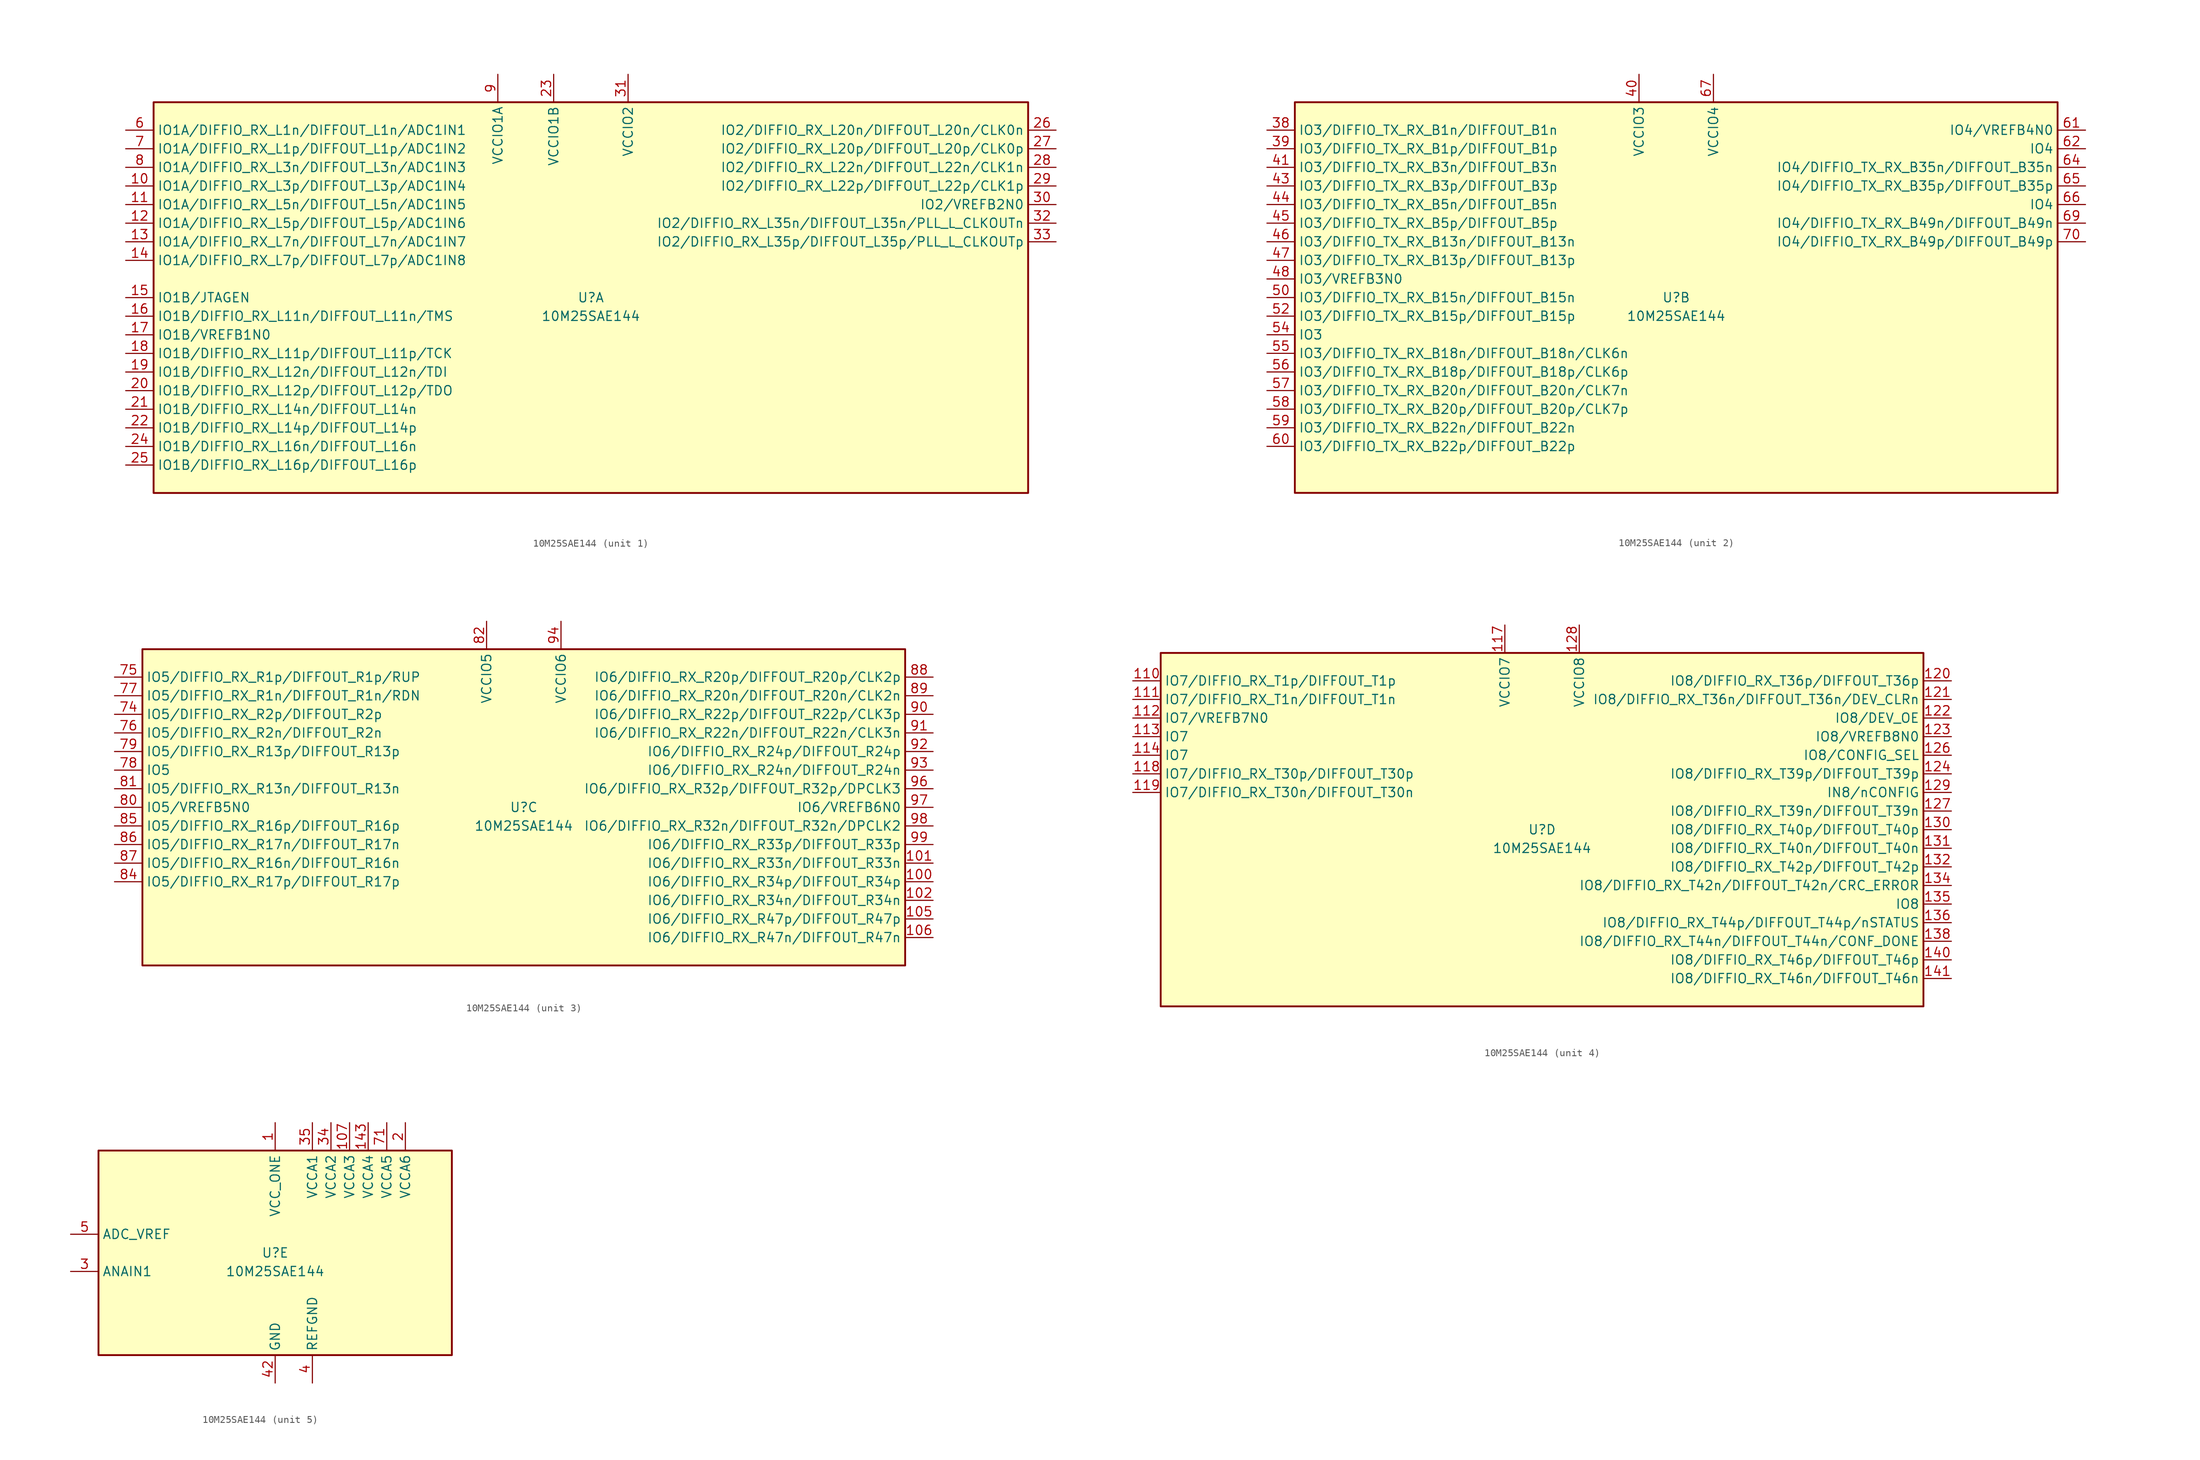
<source format=kicad_sym>
(kicad_symbol_lib
  (version 20220914)
  (generator kicad_symbol_editor)
  (symbol "10M25SAE144"
    (property "Reference" "U"
      (at 0 0 0)
      (effects (font (size 1.27 1.27))))
    (property "Value" "10M25SAE144"
      (at 0 -2.54 0)
      (effects (font (size 1.27 1.27))))
    (property "ki_locked" ""
      (at 0 0 0)
      (effects (font (size 1.27 1.27))))
    (symbol "10M25SAE144_1_1"
      (rectangle (start -59.69 26.67) (end 59.69 -26.67) (stroke (width 0.254) (type default)) (fill (type background)))
      (pin bidirectional line (at -63.5 15.24 0) (length 3.81) (name "IO1A/DIFFIO_RX_L3p/DIFFOUT_L3p/ADC1IN4" (effects (font (size 1.27 1.27)))) (number "10" (effects (font (size 1.27 1.27)))))
      (pin bidirectional line (at -63.5 12.7 0) (length 3.81) (name "IO1A/DIFFIO_RX_L5n/DIFFOUT_L5n/ADC1IN5" (effects (font (size 1.27 1.27)))) (number "11" (effects (font (size 1.27 1.27)))))
      (pin bidirectional line (at -63.5 10.16 0) (length 3.81) (name "IO1A/DIFFIO_RX_L5p/DIFFOUT_L5p/ADC1IN6" (effects (font (size 1.27 1.27)))) (number "12" (effects (font (size 1.27 1.27)))))
      (pin bidirectional line (at -63.5 7.62 0) (length 3.81) (name "IO1A/DIFFIO_RX_L7n/DIFFOUT_L7n/ADC1IN7" (effects (font (size 1.27 1.27)))) (number "13" (effects (font (size 1.27 1.27)))))
      (pin bidirectional line (at -63.5 5.08 0) (length 3.81) (name "IO1A/DIFFIO_RX_L7p/DIFFOUT_L7p/ADC1IN8" (effects (font (size 1.27 1.27)))) (number "14" (effects (font (size 1.27 1.27)))))
      (pin bidirectional line (at -63.5 0 0) (length 3.81) (name "IO1B/JTAGEN" (effects (font (size 1.27 1.27)))) (number "15" (effects (font (size 1.27 1.27)))))
      (pin bidirectional line (at -63.5 -2.54 0) (length 3.81) (name "IO1B/DIFFIO_RX_L11n/DIFFOUT_L11n/TMS" (effects (font (size 1.27 1.27)))) (number "16" (effects (font (size 1.27 1.27)))))
      (pin bidirectional line (at -63.5 -5.08 0) (length 3.81) (name "IO1B/VREFB1N0" (effects (font (size 1.27 1.27)))) (number "17" (effects (font (size 1.27 1.27)))))
      (pin bidirectional line (at -63.5 -7.62 0) (length 3.81) (name "IO1B/DIFFIO_RX_L11p/DIFFOUT_L11p/TCK" (effects (font (size 1.27 1.27)))) (number "18" (effects (font (size 1.27 1.27)))))
      (pin bidirectional line (at -63.5 -10.16 0) (length 3.81) (name "IO1B/DIFFIO_RX_L12n/DIFFOUT_L12n/TDI" (effects (font (size 1.27 1.27)))) (number "19" (effects (font (size 1.27 1.27)))))
      (pin bidirectional line (at -63.5 -12.7 0) (length 3.81) (name "IO1B/DIFFIO_RX_L12p/DIFFOUT_L12p/TDO" (effects (font (size 1.27 1.27)))) (number "20" (effects (font (size 1.27 1.27)))))
      (pin bidirectional line (at -63.5 -15.24 0) (length 3.81) (name "IO1B/DIFFIO_RX_L14n/DIFFOUT_L14n" (effects (font (size 1.27 1.27)))) (number "21" (effects (font (size 1.27 1.27)))))
      (pin bidirectional line (at -63.5 -17.78 0) (length 3.81) (name "IO1B/DIFFIO_RX_L14p/DIFFOUT_L14p" (effects (font (size 1.27 1.27)))) (number "22" (effects (font (size 1.27 1.27)))))
      (pin power_in line (at -5.08 30.48 270) (length 3.81) (name "VCCIO1B" (effects (font (size 1.27 1.27)))) (number "23" (effects (font (size 1.27 1.27)))))
      (pin bidirectional line (at -63.5 -20.32 0) (length 3.81) (name "IO1B/DIFFIO_RX_L16n/DIFFOUT_L16n" (effects (font (size 1.27 1.27)))) (number "24" (effects (font (size 1.27 1.27)))))
      (pin bidirectional line (at -63.5 -22.86 0) (length 3.81) (name "IO1B/DIFFIO_RX_L16p/DIFFOUT_L16p" (effects (font (size 1.27 1.27)))) (number "25" (effects (font (size 1.27 1.27)))))
      (pin bidirectional line (at 63.5 22.86 180) (length 3.81) (name "IO2/DIFFIO_RX_L20n/DIFFOUT_L20n/CLK0n" (effects (font (size 1.27 1.27)))) (number "26" (effects (font (size 1.27 1.27)))))
      (pin bidirectional line (at 63.5 20.32 180) (length 3.81) (name "IO2/DIFFIO_RX_L20p/DIFFOUT_L20p/CLK0p" (effects (font (size 1.27 1.27)))) (number "27" (effects (font (size 1.27 1.27)))))
      (pin bidirectional line (at 63.5 17.78 180) (length 3.81) (name "IO2/DIFFIO_RX_L22n/DIFFOUT_L22n/CLK1n" (effects (font (size 1.27 1.27)))) (number "28" (effects (font (size 1.27 1.27)))))
      (pin bidirectional line (at 63.5 15.24 180) (length 3.81) (name "IO2/DIFFIO_RX_L22p/DIFFOUT_L22p/CLK1p" (effects (font (size 1.27 1.27)))) (number "29" (effects (font (size 1.27 1.27)))))
      (pin bidirectional line (at 63.5 12.7 180) (length 3.81) (name "IO2/VREFB2N0" (effects (font (size 1.27 1.27)))) (number "30" (effects (font (size 1.27 1.27)))))
      (pin power_in line (at 5.08 30.48 270) (length 3.81) (name "VCCIO2" (effects (font (size 1.27 1.27)))) (number "31" (effects (font (size 1.27 1.27)))))
      (pin bidirectional line (at 63.5 10.16 180) (length 3.81) (name "IO2/DIFFIO_RX_L35n/DIFFOUT_L35n/PLL_L_CLKOUTn" (effects (font (size 1.27 1.27)))) (number "32" (effects (font (size 1.27 1.27)))))
      (pin bidirectional line (at 63.5 7.62 180) (length 3.81) (name "IO2/DIFFIO_RX_L35p/DIFFOUT_L35p/PLL_L_CLKOUTp" (effects (font (size 1.27 1.27)))) (number "33" (effects (font (size 1.27 1.27)))))
      (pin bidirectional line (at -63.5 22.86 0) (length 3.81) (name "IO1A/DIFFIO_RX_L1n/DIFFOUT_L1n/ADC1IN1" (effects (font (size 1.27 1.27)))) (number "6" (effects (font (size 1.27 1.27)))))
      (pin bidirectional line (at -63.5 20.32 0) (length 3.81) (name "IO1A/DIFFIO_RX_L1p/DIFFOUT_L1p/ADC1IN2" (effects (font (size 1.27 1.27)))) (number "7" (effects (font (size 1.27 1.27)))))
      (pin bidirectional line (at -63.5 17.78 0) (length 3.81) (name "IO1A/DIFFIO_RX_L3n/DIFFOUT_L3n/ADC1IN3" (effects (font (size 1.27 1.27)))) (number "8" (effects (font (size 1.27 1.27)))))
      (pin power_in line (at -12.7 30.48 270) (length 3.81) (name "VCCIO1A" (effects (font (size 1.27 1.27)))) (number "9" (effects (font (size 1.27 1.27))))))
    (symbol "10M25SAE144_2_1"
      (rectangle (start -52.07 26.67) (end 52.07 -26.67) (stroke (width 0.254) (type default)) (fill (type background)))
      (pin bidirectional line (at -55.88 22.86 0) (length 3.81) (name "IO3/DIFFIO_TX_RX_B1n/DIFFOUT_B1n" (effects (font (size 1.27 1.27)))) (number "38" (effects (font (size 1.27 1.27)))))
      (pin bidirectional line (at -55.88 20.32 0) (length 3.81) (name "IO3/DIFFIO_TX_RX_B1p/DIFFOUT_B1p" (effects (font (size 1.27 1.27)))) (number "39" (effects (font (size 1.27 1.27)))))
      (pin power_in line (at -5.08 30.48 270) (length 3.81) (name "VCCIO3" (effects (font (size 1.27 1.27)))) (number "40" (effects (font (size 1.27 1.27)))))
      (pin bidirectional line (at -55.88 17.78 0) (length 3.81) (name "IO3/DIFFIO_TX_RX_B3n/DIFFOUT_B3n" (effects (font (size 1.27 1.27)))) (number "41" (effects (font (size 1.27 1.27)))))
      (pin bidirectional line (at -55.88 15.24 0) (length 3.81) (name "IO3/DIFFIO_TX_RX_B3p/DIFFOUT_B3p" (effects (font (size 1.27 1.27)))) (number "43" (effects (font (size 1.27 1.27)))))
      (pin bidirectional line (at -55.88 12.7 0) (length 3.81) (name "IO3/DIFFIO_TX_RX_B5n/DIFFOUT_B5n" (effects (font (size 1.27 1.27)))) (number "44" (effects (font (size 1.27 1.27)))))
      (pin bidirectional line (at -55.88 10.16 0) (length 3.81) (name "IO3/DIFFIO_TX_RX_B5p/DIFFOUT_B5p" (effects (font (size 1.27 1.27)))) (number "45" (effects (font (size 1.27 1.27)))))
      (pin bidirectional line (at -55.88 7.62 0) (length 3.81) (name "IO3/DIFFIO_TX_RX_B13n/DIFFOUT_B13n" (effects (font (size 1.27 1.27)))) (number "46" (effects (font (size 1.27 1.27)))))
      (pin bidirectional line (at -55.88 5.08 0) (length 3.81) (name "IO3/DIFFIO_TX_RX_B13p/DIFFOUT_B13p" (effects (font (size 1.27 1.27)))) (number "47" (effects (font (size 1.27 1.27)))))
      (pin bidirectional line (at -55.88 2.54 0) (length 3.81) (name "IO3/VREFB3N0" (effects (font (size 1.27 1.27)))) (number "48" (effects (font (size 1.27 1.27)))))
      (pin passive line (at -5.08 30.48 270) (length 3.81) hide (name "VCCIO3" (effects (font (size 1.27 1.27)))) (number "49" (effects (font (size 1.27 1.27)))))
      (pin bidirectional line (at -55.88 0 0) (length 3.81) (name "IO3/DIFFIO_TX_RX_B15n/DIFFOUT_B15n" (effects (font (size 1.27 1.27)))) (number "50" (effects (font (size 1.27 1.27)))))
      (pin bidirectional line (at -55.88 -2.54 0) (length 3.81) (name "IO3/DIFFIO_TX_RX_B15p/DIFFOUT_B15p" (effects (font (size 1.27 1.27)))) (number "52" (effects (font (size 1.27 1.27)))))
      (pin bidirectional line (at -55.88 -5.08 0) (length 3.81) (name "IO3" (effects (font (size 1.27 1.27)))) (number "54" (effects (font (size 1.27 1.27)))))
      (pin bidirectional line (at -55.88 -7.62 0) (length 3.81) (name "IO3/DIFFIO_TX_RX_B18n/DIFFOUT_B18n/CLK6n" (effects (font (size 1.27 1.27)))) (number "55" (effects (font (size 1.27 1.27)))))
      (pin bidirectional line (at -55.88 -10.16 0) (length 3.81) (name "IO3/DIFFIO_TX_RX_B18p/DIFFOUT_B18p/CLK6p" (effects (font (size 1.27 1.27)))) (number "56" (effects (font (size 1.27 1.27)))))
      (pin bidirectional line (at -55.88 -12.7 0) (length 3.81) (name "IO3/DIFFIO_TX_RX_B20n/DIFFOUT_B20n/CLK7n" (effects (font (size 1.27 1.27)))) (number "57" (effects (font (size 1.27 1.27)))))
      (pin bidirectional line (at -55.88 -15.24 0) (length 3.81) (name "IO3/DIFFIO_TX_RX_B20p/DIFFOUT_B20p/CLK7p" (effects (font (size 1.27 1.27)))) (number "58" (effects (font (size 1.27 1.27)))))
      (pin bidirectional line (at -55.88 -17.78 0) (length 3.81) (name "IO3/DIFFIO_TX_RX_B22n/DIFFOUT_B22n" (effects (font (size 1.27 1.27)))) (number "59" (effects (font (size 1.27 1.27)))))
      (pin bidirectional line (at -55.88 -20.32 0) (length 3.81) (name "IO3/DIFFIO_TX_RX_B22p/DIFFOUT_B22p" (effects (font (size 1.27 1.27)))) (number "60" (effects (font (size 1.27 1.27)))))
      (pin bidirectional line (at 55.88 22.86 180) (length 3.81) (name "IO4/VREFB4N0" (effects (font (size 1.27 1.27)))) (number "61" (effects (font (size 1.27 1.27)))))
      (pin bidirectional line (at 55.88 20.32 180) (length 3.81) (name "IO4" (effects (font (size 1.27 1.27)))) (number "62" (effects (font (size 1.27 1.27)))))
      (pin bidirectional line (at 55.88 17.78 180) (length 3.81) (name "IO4/DIFFIO_TX_RX_B35n/DIFFOUT_B35n" (effects (font (size 1.27 1.27)))) (number "64" (effects (font (size 1.27 1.27)))))
      (pin bidirectional line (at 55.88 15.24 180) (length 3.81) (name "IO4/DIFFIO_TX_RX_B35p/DIFFOUT_B35p" (effects (font (size 1.27 1.27)))) (number "65" (effects (font (size 1.27 1.27)))))
      (pin bidirectional line (at 55.88 12.7 180) (length 3.81) (name "IO4" (effects (font (size 1.27 1.27)))) (number "66" (effects (font (size 1.27 1.27)))))
      (pin power_in line (at 5.08 30.48 270) (length 3.81) (name "VCCIO4" (effects (font (size 1.27 1.27)))) (number "67" (effects (font (size 1.27 1.27)))))
      (pin bidirectional line (at 55.88 10.16 180) (length 3.81) (name "IO4/DIFFIO_TX_RX_B49n/DIFFOUT_B49n" (effects (font (size 1.27 1.27)))) (number "69" (effects (font (size 1.27 1.27)))))
      (pin bidirectional line (at 55.88 7.62 180) (length 3.81) (name "IO4/DIFFIO_TX_RX_B49p/DIFFOUT_B49p" (effects (font (size 1.27 1.27)))) (number "70" (effects (font (size 1.27 1.27))))))
    (symbol "10M25SAE144_3_1"
      (rectangle (start -52.07 21.59) (end 52.07 -21.59) (stroke (width 0.254) (type default)) (fill (type background)))
      (pin bidirectional line (at 55.88 -10.16 180) (length 3.81) (name "IO6/DIFFIO_RX_R34p/DIFFOUT_R34p" (effects (font (size 1.27 1.27)))) (number "100" (effects (font (size 1.27 1.27)))))
      (pin bidirectional line (at 55.88 -7.62 180) (length 3.81) (name "IO6/DIFFIO_RX_R33n/DIFFOUT_R33n" (effects (font (size 1.27 1.27)))) (number "101" (effects (font (size 1.27 1.27)))))
      (pin bidirectional line (at 55.88 -12.7 180) (length 3.81) (name "IO6/DIFFIO_RX_R34n/DIFFOUT_R34n" (effects (font (size 1.27 1.27)))) (number "102" (effects (font (size 1.27 1.27)))))
      (pin passive line (at 5.08 25.4 270) (length 3.81) hide (name "VCCIO6" (effects (font (size 1.27 1.27)))) (number "103" (effects (font (size 1.27 1.27)))))
      (pin bidirectional line (at 55.88 -15.24 180) (length 3.81) (name "IO6/DIFFIO_RX_R47p/DIFFOUT_R47p" (effects (font (size 1.27 1.27)))) (number "105" (effects (font (size 1.27 1.27)))))
      (pin bidirectional line (at 55.88 -17.78 180) (length 3.81) (name "IO6/DIFFIO_RX_R47n/DIFFOUT_R47n" (effects (font (size 1.27 1.27)))) (number "106" (effects (font (size 1.27 1.27)))))
      (pin bidirectional line (at -55.88 12.7 0) (length 3.81) (name "IO5/DIFFIO_RX_R2p/DIFFOUT_R2p" (effects (font (size 1.27 1.27)))) (number "74" (effects (font (size 1.27 1.27)))))
      (pin bidirectional line (at -55.88 17.78 0) (length 3.81) (name "IO5/DIFFIO_RX_R1p/DIFFOUT_R1p/RUP" (effects (font (size 1.27 1.27)))) (number "75" (effects (font (size 1.27 1.27)))))
      (pin bidirectional line (at -55.88 10.16 0) (length 3.81) (name "IO5/DIFFIO_RX_R2n/DIFFOUT_R2n" (effects (font (size 1.27 1.27)))) (number "76" (effects (font (size 1.27 1.27)))))
      (pin bidirectional line (at -55.88 15.24 0) (length 3.81) (name "IO5/DIFFIO_RX_R1n/DIFFOUT_R1n/RDN" (effects (font (size 1.27 1.27)))) (number "77" (effects (font (size 1.27 1.27)))))
      (pin bidirectional line (at -55.88 5.08 0) (length 3.81) (name "IO5" (effects (font (size 1.27 1.27)))) (number "78" (effects (font (size 1.27 1.27)))))
      (pin bidirectional line (at -55.88 7.62 0) (length 3.81) (name "IO5/DIFFIO_RX_R13p/DIFFOUT_R13p" (effects (font (size 1.27 1.27)))) (number "79" (effects (font (size 1.27 1.27)))))
      (pin bidirectional line (at -55.88 0 0) (length 3.81) (name "IO5/VREFB5N0" (effects (font (size 1.27 1.27)))) (number "80" (effects (font (size 1.27 1.27)))))
      (pin bidirectional line (at -55.88 2.54 0) (length 3.81) (name "IO5/DIFFIO_RX_R13n/DIFFOUT_R13n" (effects (font (size 1.27 1.27)))) (number "81" (effects (font (size 1.27 1.27)))))
      (pin power_in line (at -5.08 25.4 270) (length 3.81) (name "VCCIO5" (effects (font (size 1.27 1.27)))) (number "82" (effects (font (size 1.27 1.27)))))
      (pin bidirectional line (at -55.88 -10.16 0) (length 3.81) (name "IO5/DIFFIO_RX_R17p/DIFFOUT_R17p" (effects (font (size 1.27 1.27)))) (number "84" (effects (font (size 1.27 1.27)))))
      (pin bidirectional line (at -55.88 -2.54 0) (length 3.81) (name "IO5/DIFFIO_RX_R16p/DIFFOUT_R16p" (effects (font (size 1.27 1.27)))) (number "85" (effects (font (size 1.27 1.27)))))
      (pin bidirectional line (at -55.88 -5.08 0) (length 3.81) (name "IO5/DIFFIO_RX_R17n/DIFFOUT_R17n" (effects (font (size 1.27 1.27)))) (number "86" (effects (font (size 1.27 1.27)))))
      (pin bidirectional line (at -55.88 -7.62 0) (length 3.81) (name "IO5/DIFFIO_RX_R16n/DIFFOUT_R16n" (effects (font (size 1.27 1.27)))) (number "87" (effects (font (size 1.27 1.27)))))
      (pin bidirectional line (at 55.88 17.78 180) (length 3.81) (name "IO6/DIFFIO_RX_R20p/DIFFOUT_R20p/CLK2p" (effects (font (size 1.27 1.27)))) (number "88" (effects (font (size 1.27 1.27)))))
      (pin bidirectional line (at 55.88 15.24 180) (length 3.81) (name "IO6/DIFFIO_RX_R20n/DIFFOUT_R20n/CLK2n" (effects (font (size 1.27 1.27)))) (number "89" (effects (font (size 1.27 1.27)))))
      (pin bidirectional line (at 55.88 12.7 180) (length 3.81) (name "IO6/DIFFIO_RX_R22p/DIFFOUT_R22p/CLK3p" (effects (font (size 1.27 1.27)))) (number "90" (effects (font (size 1.27 1.27)))))
      (pin bidirectional line (at 55.88 10.16 180) (length 3.81) (name "IO6/DIFFIO_RX_R22n/DIFFOUT_R22n/CLK3n" (effects (font (size 1.27 1.27)))) (number "91" (effects (font (size 1.27 1.27)))))
      (pin bidirectional line (at 55.88 7.62 180) (length 3.81) (name "IO6/DIFFIO_RX_R24p/DIFFOUT_R24p" (effects (font (size 1.27 1.27)))) (number "92" (effects (font (size 1.27 1.27)))))
      (pin bidirectional line (at 55.88 5.08 180) (length 3.81) (name "IO6/DIFFIO_RX_R24n/DIFFOUT_R24n" (effects (font (size 1.27 1.27)))) (number "93" (effects (font (size 1.27 1.27)))))
      (pin power_in line (at 5.08 25.4 270) (length 3.81) (name "VCCIO6" (effects (font (size 1.27 1.27)))) (number "94" (effects (font (size 1.27 1.27)))))
      (pin bidirectional line (at 55.88 2.54 180) (length 3.81) (name "IO6/DIFFIO_RX_R32p/DIFFOUT_R32p/DPCLK3" (effects (font (size 1.27 1.27)))) (number "96" (effects (font (size 1.27 1.27)))))
      (pin bidirectional line (at 55.88 0 180) (length 3.81) (name "IO6/VREFB6N0" (effects (font (size 1.27 1.27)))) (number "97" (effects (font (size 1.27 1.27)))))
      (pin bidirectional line (at 55.88 -2.54 180) (length 3.81) (name "IO6/DIFFIO_RX_R32n/DIFFOUT_R32n/DPCLK2" (effects (font (size 1.27 1.27)))) (number "98" (effects (font (size 1.27 1.27)))))
      (pin bidirectional line (at 55.88 -5.08 180) (length 3.81) (name "IO6/DIFFIO_RX_R33p/DIFFOUT_R33p" (effects (font (size 1.27 1.27)))) (number "99" (effects (font (size 1.27 1.27))))))
    (symbol "10M25SAE144_4_1"
      (rectangle (start -52.07 24.13) (end 52.07 -24.13) (stroke (width 0.254) (type default)) (fill (type background)))
      (pin bidirectional line (at -55.88 20.32 0) (length 3.81) (name "IO7/DIFFIO_RX_T1p/DIFFOUT_T1p" (effects (font (size 1.27 1.27)))) (number "110" (effects (font (size 1.27 1.27)))))
      (pin bidirectional line (at -55.88 17.78 0) (length 3.81) (name "IO7/DIFFIO_RX_T1n/DIFFOUT_T1n" (effects (font (size 1.27 1.27)))) (number "111" (effects (font (size 1.27 1.27)))))
      (pin bidirectional line (at -55.88 15.24 0) (length 3.81) (name "IO7/VREFB7N0" (effects (font (size 1.27 1.27)))) (number "112" (effects (font (size 1.27 1.27)))))
      (pin bidirectional line (at -55.88 12.7 0) (length 3.81) (name "IO7" (effects (font (size 1.27 1.27)))) (number "113" (effects (font (size 1.27 1.27)))))
      (pin bidirectional line (at -55.88 10.16 0) (length 3.81) (name "IO7" (effects (font (size 1.27 1.27)))) (number "114" (effects (font (size 1.27 1.27)))))
      (pin power_in line (at -5.08 27.94 270) (length 3.81) (name "VCCIO7" (effects (font (size 1.27 1.27)))) (number "117" (effects (font (size 1.27 1.27)))))
      (pin bidirectional line (at -55.88 7.62 0) (length 3.81) (name "IO7/DIFFIO_RX_T30p/DIFFOUT_T30p" (effects (font (size 1.27 1.27)))) (number "118" (effects (font (size 1.27 1.27)))))
      (pin bidirectional line (at -55.88 5.08 0) (length 3.81) (name "IO7/DIFFIO_RX_T30n/DIFFOUT_T30n" (effects (font (size 1.27 1.27)))) (number "119" (effects (font (size 1.27 1.27)))))
      (pin bidirectional line (at 55.88 20.32 180) (length 3.81) (name "IO8/DIFFIO_RX_T36p/DIFFOUT_T36p" (effects (font (size 1.27 1.27)))) (number "120" (effects (font (size 1.27 1.27)))))
      (pin bidirectional line (at 55.88 17.78 180) (length 3.81) (name "IO8/DIFFIO_RX_T36n/DIFFOUT_T36n/DEV_CLRn" (effects (font (size 1.27 1.27)))) (number "121" (effects (font (size 1.27 1.27)))))
      (pin bidirectional line (at 55.88 15.24 180) (length 3.81) (name "IO8/DEV_OE" (effects (font (size 1.27 1.27)))) (number "122" (effects (font (size 1.27 1.27)))))
      (pin bidirectional line (at 55.88 12.7 180) (length 3.81) (name "IO8/VREFB8N0" (effects (font (size 1.27 1.27)))) (number "123" (effects (font (size 1.27 1.27)))))
      (pin bidirectional line (at 55.88 7.62 180) (length 3.81) (name "IO8/DIFFIO_RX_T39p/DIFFOUT_T39p" (effects (font (size 1.27 1.27)))) (number "124" (effects (font (size 1.27 1.27)))))
      (pin bidirectional line (at 55.88 10.16 180) (length 3.81) (name "IO8/CONFIG_SEL" (effects (font (size 1.27 1.27)))) (number "126" (effects (font (size 1.27 1.27)))))
      (pin bidirectional line (at 55.88 2.54 180) (length 3.81) (name "IO8/DIFFIO_RX_T39n/DIFFOUT_T39n" (effects (font (size 1.27 1.27)))) (number "127" (effects (font (size 1.27 1.27)))))
      (pin power_in line (at 5.08 27.94 270) (length 3.81) (name "VCCIO8" (effects (font (size 1.27 1.27)))) (number "128" (effects (font (size 1.27 1.27)))))
      (pin input line (at 55.88 5.08 180) (length 3.81) (name "IN8/nCONFIG" (effects (font (size 1.27 1.27)))) (number "129" (effects (font (size 1.27 1.27)))))
      (pin bidirectional line (at 55.88 0 180) (length 3.81) (name "IO8/DIFFIO_RX_T40p/DIFFOUT_T40p" (effects (font (size 1.27 1.27)))) (number "130" (effects (font (size 1.27 1.27)))))
      (pin bidirectional line (at 55.88 -2.54 180) (length 3.81) (name "IO8/DIFFIO_RX_T40n/DIFFOUT_T40n" (effects (font (size 1.27 1.27)))) (number "131" (effects (font (size 1.27 1.27)))))
      (pin bidirectional line (at 55.88 -5.08 180) (length 3.81) (name "IO8/DIFFIO_RX_T42p/DIFFOUT_T42p" (effects (font (size 1.27 1.27)))) (number "132" (effects (font (size 1.27 1.27)))))
      (pin bidirectional line (at 55.88 -7.62 180) (length 3.81) (name "IO8/DIFFIO_RX_T42n/DIFFOUT_T42n/CRC_ERROR" (effects (font (size 1.27 1.27)))) (number "134" (effects (font (size 1.27 1.27)))))
      (pin bidirectional line (at 55.88 -10.16 180) (length 3.81) (name "IO8" (effects (font (size 1.27 1.27)))) (number "135" (effects (font (size 1.27 1.27)))))
      (pin bidirectional line (at 55.88 -12.7 180) (length 3.81) (name "IO8/DIFFIO_RX_T44p/DIFFOUT_T44p/nSTATUS" (effects (font (size 1.27 1.27)))) (number "136" (effects (font (size 1.27 1.27)))))
      (pin bidirectional line (at 55.88 -15.24 180) (length 3.81) (name "IO8/DIFFIO_RX_T44n/DIFFOUT_T44n/CONF_DONE" (effects (font (size 1.27 1.27)))) (number "138" (effects (font (size 1.27 1.27)))))
      (pin passive line (at 5.08 27.94 270) (length 3.81) hide (name "VCCIO8" (effects (font (size 1.27 1.27)))) (number "139" (effects (font (size 1.27 1.27)))))
      (pin bidirectional line (at 55.88 -17.78 180) (length 3.81) (name "IO8/DIFFIO_RX_T46p/DIFFOUT_T46p" (effects (font (size 1.27 1.27)))) (number "140" (effects (font (size 1.27 1.27)))))
      (pin bidirectional line (at 55.88 -20.32 180) (length 3.81) (name "IO8/DIFFIO_RX_T46n/DIFFOUT_T46n" (effects (font (size 1.27 1.27)))) (number "141" (effects (font (size 1.27 1.27))))))
    (symbol "10M25SAE144_5_1"
      (rectangle (start -24.13 13.97) (end 24.13 -13.97) (stroke (width 0.254) (type default)) (fill (type background)))
      (pin power_in line (at 0 17.78 270) (length 3.81) (name "VCC_ONE" (effects (font (size 1.27 1.27)))) (number "1" (effects (font (size 1.27 1.27)))))
      (pin passive line (at 0 -17.78 90) (length 3.81) hide (name "GND" (effects (font (size 1.27 1.27)))) (number "104" (effects (font (size 1.27 1.27)))))
      (pin power_in line (at 10.16 17.78 270) (length 3.81) (name "VCCA3" (effects (font (size 1.27 1.27)))) (number "107" (effects (font (size 1.27 1.27)))))
      (pin passive line (at 0 17.78 270) (length 3.81) hide (name "VCC_ONE" (effects (font (size 1.27 1.27)))) (number "108" (effects (font (size 1.27 1.27)))))
      (pin passive line (at 0 17.78 270) (length 3.81) hide (name "VCC_ONE" (effects (font (size 1.27 1.27)))) (number "109" (effects (font (size 1.27 1.27)))))
      (pin passive line (at 0 17.78 270) (length 3.81) hide (name "VCC_ONE" (effects (font (size 1.27 1.27)))) (number "115" (effects (font (size 1.27 1.27)))))
      (pin passive line (at 0 -17.78 90) (length 3.81) hide (name "GND" (effects (font (size 1.27 1.27)))) (number "116" (effects (font (size 1.27 1.27)))))
      (pin passive line (at 0 -17.78 90) (length 3.81) hide (name "GND" (effects (font (size 1.27 1.27)))) (number "125" (effects (font (size 1.27 1.27)))))
      (pin passive line (at 0 -17.78 90) (length 3.81) hide (name "GND" (effects (font (size 1.27 1.27)))) (number "133" (effects (font (size 1.27 1.27)))))
      (pin passive line (at 0 -17.78 90) (length 3.81) hide (name "GND" (effects (font (size 1.27 1.27)))) (number "137" (effects (font (size 1.27 1.27)))))
      (pin passive line (at 0 -17.78 90) (length 3.81) hide (name "GND" (effects (font (size 1.27 1.27)))) (number "142" (effects (font (size 1.27 1.27)))))
      (pin power_in line (at 12.7 17.78 270) (length 3.81) (name "VCCA4" (effects (font (size 1.27 1.27)))) (number "143" (effects (font (size 1.27 1.27)))))
      (pin passive line (at 0 17.78 270) (length 3.81) hide (name "VCC_ONE" (effects (font (size 1.27 1.27)))) (number "144" (effects (font (size 1.27 1.27)))))
      (pin passive line (at 0 -17.78 90) (length 3.81) hide (name "GND" (effects (font (size 1.27 1.27)))) (number "145" (effects (font (size 1.27 1.27)))))
      (pin power_in line (at 17.78 17.78 270) (length 3.81) (name "VCCA6" (effects (font (size 1.27 1.27)))) (number "2" (effects (font (size 1.27 1.27)))))
      (pin input line (at -27.94 -2.54 0) (length 3.81) (name "ANAIN1" (effects (font (size 1.27 1.27)))) (number "3" (effects (font (size 1.27 1.27)))))
      (pin power_in line (at 7.62 17.78 270) (length 3.81) (name "VCCA2" (effects (font (size 1.27 1.27)))) (number "34" (effects (font (size 1.27 1.27)))))
      (pin power_in line (at 5.08 17.78 270) (length 3.81) (name "VCCA1" (effects (font (size 1.27 1.27)))) (number "35" (effects (font (size 1.27 1.27)))))
      (pin passive line (at 0 17.78 270) (length 3.81) hide (name "VCC_ONE" (effects (font (size 1.27 1.27)))) (number "36" (effects (font (size 1.27 1.27)))))
      (pin passive line (at 0 17.78 270) (length 3.81) hide (name "VCC_ONE" (effects (font (size 1.27 1.27)))) (number "37" (effects (font (size 1.27 1.27)))))
      (pin power_in line (at 5.08 -17.78 90) (length 3.81) (name "REFGND" (effects (font (size 1.27 1.27)))) (number "4" (effects (font (size 1.27 1.27)))))
      (pin power_in line (at 0 -17.78 90) (length 3.81) (name "GND" (effects (font (size 1.27 1.27)))) (number "42" (effects (font (size 1.27 1.27)))))
      (pin input line (at -27.94 2.54 0) (length 3.81) (name "ADC_VREF" (effects (font (size 1.27 1.27)))) (number "5" (effects (font (size 1.27 1.27)))))
      (pin passive line (at 0 17.78 270) (length 3.81) hide (name "VCC_ONE" (effects (font (size 1.27 1.27)))) (number "51" (effects (font (size 1.27 1.27)))))
      (pin passive line (at 0 -17.78 90) (length 3.81) hide (name "GND" (effects (font (size 1.27 1.27)))) (number "53" (effects (font (size 1.27 1.27)))))
      (pin passive line (at 0 -17.78 90) (length 3.81) hide (name "GND" (effects (font (size 1.27 1.27)))) (number "63" (effects (font (size 1.27 1.27)))))
      (pin passive line (at 0 -17.78 90) (length 3.81) hide (name "GND" (effects (font (size 1.27 1.27)))) (number "68" (effects (font (size 1.27 1.27)))))
      (pin power_in line (at 15.24 17.78 270) (length 3.81) (name "VCCA5" (effects (font (size 1.27 1.27)))) (number "71" (effects (font (size 1.27 1.27)))))
      (pin passive line (at 0 17.78 270) (length 3.81) hide (name "VCC_ONE" (effects (font (size 1.27 1.27)))) (number "72" (effects (font (size 1.27 1.27)))))
      (pin passive line (at 0 17.78 270) (length 3.81) hide (name "VCC_ONE" (effects (font (size 1.27 1.27)))) (number "73" (effects (font (size 1.27 1.27)))))
      (pin passive line (at 0 -17.78 90) (length 3.81) hide (name "GND" (effects (font (size 1.27 1.27)))) (number "83" (effects (font (size 1.27 1.27)))))
      (pin passive line (at 0 -17.78 90) (length 3.81) hide (name "GND" (effects (font (size 1.27 1.27)))) (number "95" (effects (font (size 1.27 1.27))))))))
</source>
